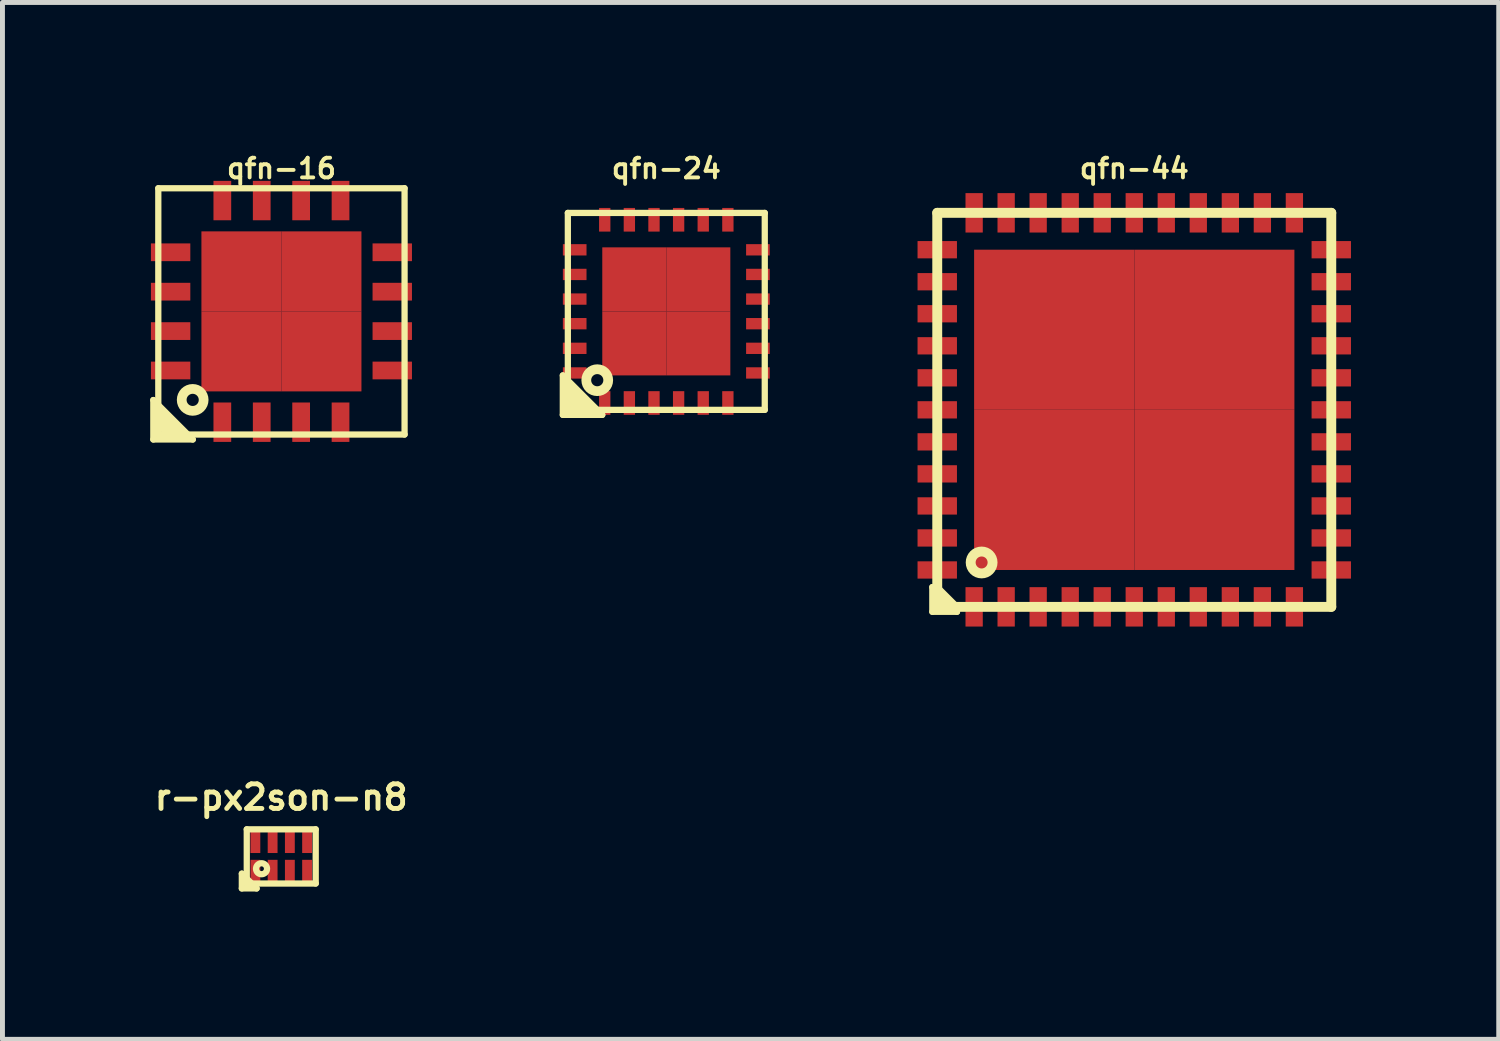
<source format=kicad_pcb>
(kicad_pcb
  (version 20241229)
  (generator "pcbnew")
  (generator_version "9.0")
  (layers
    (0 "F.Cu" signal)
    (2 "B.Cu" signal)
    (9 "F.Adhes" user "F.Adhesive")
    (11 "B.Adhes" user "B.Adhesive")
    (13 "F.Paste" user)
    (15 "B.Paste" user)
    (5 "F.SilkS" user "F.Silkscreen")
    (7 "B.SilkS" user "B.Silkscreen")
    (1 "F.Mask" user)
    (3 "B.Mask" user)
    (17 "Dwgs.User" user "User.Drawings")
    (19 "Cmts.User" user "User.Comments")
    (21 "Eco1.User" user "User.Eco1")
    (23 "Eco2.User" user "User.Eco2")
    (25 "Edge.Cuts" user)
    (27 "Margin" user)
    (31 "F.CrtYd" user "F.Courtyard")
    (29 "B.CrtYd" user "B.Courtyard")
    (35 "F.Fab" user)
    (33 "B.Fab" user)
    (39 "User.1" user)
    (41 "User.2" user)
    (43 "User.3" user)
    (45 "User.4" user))
  (footprint "qfn-44"
    (layer "F.Cu")
    (at 19.979 5.271)
    (property "Reference" "qfn-44" (at 0 -4.9 0) (layer "F.SilkS") (effects (font (size 0.399 0.399) (thickness 0.079))))
    (attr through_hole)
    (fp_line (start -4.1 3.599) (end -4.1 4.1) (stroke (width 0.127) (type solid)) (layer "F.SilkS"))
    (fp_line (start -4.1 4.1) (end -3.599 4.1) (stroke (width 0.127) (type solid)) (layer "F.SilkS"))
    (fp_line (start -4 -4) (end -4 4) (stroke (width 0.201) (type solid)) (layer "F.SilkS"))
    (fp_line (start -4 3.599) (end -4.1 3.599) (stroke (width 0.127) (type solid)) (layer "F.SilkS"))
    (fp_line (start -4 3.599) (end -3.599 4) (stroke (width 0.127) (type solid)) (layer "F.SilkS"))
    (fp_line (start -4 3.701) (end -4 3.8) (stroke (width 0.127) (type solid)) (layer "F.SilkS"))
    (fp_line (start -4 3.8) (end -3.8 4) (stroke (width 0.127) (type solid)) (layer "F.SilkS"))
    (fp_line (start -4 4) (end 4 4) (stroke (width 0.201) (type solid)) (layer "F.SilkS"))
    (fp_line (start -3.701 4) (end -4 3.701) (stroke (width 0.127) (type solid)) (layer "F.SilkS"))
    (fp_line (start -3.599 4) (end -3.701 4) (stroke (width 0.127) (type solid)) (layer "F.SilkS"))
    (fp_line (start -3.599 4.1) (end -3.599 4) (stroke (width 0.127) (type solid)) (layer "F.SilkS"))
    (fp_line (start 4 -4) (end -4 -4) (stroke (width 0.201) (type solid)) (layer "F.SilkS"))
    (fp_line (start 4 4) (end 4 -4) (stroke (width 0.201) (type solid)) (layer "F.SilkS"))
    (fp_circle (center -3.099 3.099) (end -2.901 3.2) (stroke (width 0.201) (type solid)) (fill no) (layer "F.SilkS"))
    (pad "1" smd rect (at -3.251 4) (size 0.351 0.8) (layers "F.Cu" "F.Mask" "F.Paste"))
    (pad "2" smd rect (at -2.601 4) (size 0.351 0.8) (layers "F.Cu" "F.Mask" "F.Paste"))
    (pad "3" smd rect (at -1.951 4) (size 0.351 0.8) (layers "F.Cu" "F.Mask" "F.Paste"))
    (pad "4" smd rect (at -1.3 4) (size 0.351 0.8) (layers "F.Cu" "F.Mask" "F.Paste"))
    (pad "5" smd rect (at -0.65 4) (size 0.351 0.8) (layers "F.Cu" "F.Mask" "F.Paste"))
    (pad "6" smd rect (at 0 4) (size 0.351 0.8) (layers "F.Cu" "F.Mask" "F.Paste"))
    (pad "7" smd rect (at 0.65 4) (size 0.351 0.8) (layers "F.Cu" "F.Mask" "F.Paste"))
    (pad "8" smd rect (at 1.3 4) (size 0.351 0.8) (layers "F.Cu" "F.Mask" "F.Paste"))
    (pad "9" smd rect (at 1.951 4) (size 0.351 0.8) (layers "F.Cu" "F.Mask" "F.Paste"))
    (pad "10" smd rect (at 2.601 4) (size 0.351 0.8) (layers "F.Cu" "F.Mask" "F.Paste"))
    (pad "11" smd rect (at 3.251 4) (size 0.351 0.8) (layers "F.Cu" "F.Mask" "F.Paste"))
    (pad "12" smd rect (at 4 3.251) (size 0.8 0.351) (layers "F.Cu" "F.Mask" "F.Paste"))
    (pad "13" smd rect (at 4 2.601) (size 0.8 0.351) (layers "F.Cu" "F.Mask" "F.Paste"))
    (pad "14" smd rect (at 4 1.951) (size 0.8 0.351) (layers "F.Cu" "F.Mask" "F.Paste"))
    (pad "15" smd rect (at 4 1.3) (size 0.8 0.351) (layers "F.Cu" "F.Mask" "F.Paste"))
    (pad "16" smd rect (at 4 0.65) (size 0.8 0.351) (layers "F.Cu" "F.Mask" "F.Paste"))
    (pad "17" smd rect (at 4 0) (size 0.8 0.351) (layers "F.Cu" "F.Mask" "F.Paste"))
    (pad "18" smd rect (at 4 -0.65) (size 0.8 0.351) (layers "F.Cu" "F.Mask" "F.Paste"))
    (pad "19" smd rect (at 4 -1.3) (size 0.8 0.351) (layers "F.Cu" "F.Mask" "F.Paste"))
    (pad "20" smd rect (at 4 -1.951) (size 0.8 0.351) (layers "F.Cu" "F.Mask" "F.Paste"))
    (pad "21" smd rect (at 4 -2.601) (size 0.8 0.351) (layers "F.Cu" "F.Mask" "F.Paste"))
    (pad "22" smd rect (at 4 -3.251) (size 0.8 0.351) (layers "F.Cu" "F.Mask" "F.Paste"))
    (pad "23" smd rect (at 3.251 -4) (size 0.351 0.8) (layers "F.Cu" "F.Mask" "F.Paste"))
    (pad "24" smd rect (at 2.601 -4) (size 0.351 0.8) (layers "F.Cu" "F.Mask" "F.Paste"))
    (pad "25" smd rect (at 1.951 -4) (size 0.351 0.8) (layers "F.Cu" "F.Mask" "F.Paste"))
    (pad "26" smd rect (at 1.3 -4) (size 0.351 0.8) (layers "F.Cu" "F.Mask" "F.Paste"))
    (pad "27" smd rect (at 0.65 -4) (size 0.351 0.8) (layers "F.Cu" "F.Mask" "F.Paste"))
    (pad "28" smd rect (at 0 -4) (size 0.351 0.8) (layers "F.Cu" "F.Mask" "F.Paste"))
    (pad "29" smd rect (at -0.65 -4) (size 0.351 0.8) (layers "F.Cu" "F.Mask" "F.Paste"))
    (pad "30" smd rect (at -1.3 -4) (size 0.351 0.8) (layers "F.Cu" "F.Mask" "F.Paste"))
    (pad "31" smd rect (at -1.951 -4) (size 0.351 0.8) (layers "F.Cu" "F.Mask" "F.Paste"))
    (pad "32" smd rect (at -2.601 -4) (size 0.351 0.8) (layers "F.Cu" "F.Mask" "F.Paste"))
    (pad "33" smd rect (at -3.251 -4) (size 0.351 0.8) (layers "F.Cu" "F.Mask" "F.Paste"))
    (pad "34" smd rect (at -4 -3.251) (size 0.8 0.351) (layers "F.Cu" "F.Mask" "F.Paste"))
    (pad "35" smd rect (at -4 -2.601) (size 0.8 0.351) (layers "F.Cu" "F.Mask" "F.Paste"))
    (pad "36" smd rect (at -4 -1.951) (size 0.8 0.351) (layers "F.Cu" "F.Mask" "F.Paste"))
    (pad "37" smd rect (at -4 -1.3) (size 0.8 0.351) (layers "F.Cu" "F.Mask" "F.Paste"))
    (pad "38" smd rect (at -4 -0.65) (size 0.8 0.351) (layers "F.Cu" "F.Mask" "F.Paste"))
    (pad "39" smd rect (at -4 0) (size 0.8 0.351) (layers "F.Cu" "F.Mask" "F.Paste"))
    (pad "40" smd rect (at -4 0.65) (size 0.8 0.351) (layers "F.Cu" "F.Mask" "F.Paste"))
    (pad "41" smd rect (at -4 1.3) (size 0.8 0.351) (layers "F.Cu" "F.Mask" "F.Paste"))
    (pad "42" smd rect (at -4 1.951) (size 0.8 0.351) (layers "F.Cu" "F.Mask" "F.Paste"))
    (pad "43" smd rect (at -4 2.601) (size 0.8 0.351) (layers "F.Cu" "F.Mask" "F.Paste"))
    (pad "44" smd rect (at -4 3.251) (size 0.8 0.351) (layers "F.Cu" "F.Mask" "F.Paste"))
    (pad "45" smd rect (at -1.626 -1.626) (size 3.251 3.251) (layers "F.Cu" "F.Mask" "F.Paste"))
    (pad "45" smd rect (at -1.626 1.626) (size 3.251 3.251) (layers "F.Cu" "F.Mask" "F.Paste"))
    (pad "45" smd rect (at 1.626 -1.626) (size 3.251 3.251) (layers "F.Cu" "F.Mask" "F.Paste"))
    (pad "45" smd rect (at 1.626 1.626) (size 3.251 3.251) (layers "F.Cu" "F.Mask" "F.Paste")))
  (footprint "r-px2son-n8"
    (layer "F.Cu")
    (at 2.66 14.338)
    (property "Reference" "r-px2son-n8" (at 0 -1.2 0) (layer "F.SilkS") (effects (font (size 0.5 0.5) (thickness 0.099))))
    (attr through_hole)
    (fp_line (start -0.8 0.35) (end -0.8 0.65) (stroke (width 0.127) (type solid)) (layer "F.SilkS"))
    (fp_line (start -0.8 0.65) (end -0.5 0.65) (stroke (width 0.127) (type solid)) (layer "F.SilkS"))
    (fp_line (start -0.7 -0.55) (end 0.7 -0.55) (stroke (width 0.127) (type solid)) (layer "F.SilkS"))
    (fp_line (start -0.7 0.55) (end -0.7 -0.55) (stroke (width 0.127) (type solid)) (layer "F.SilkS"))
    (fp_line (start -0.5 0.65) (end -0.8 0.35) (stroke (width 0.127) (type solid)) (layer "F.SilkS"))
    (fp_line (start 0.7 -0.55) (end 0.7 0.55) (stroke (width 0.127) (type solid)) (layer "F.SilkS"))
    (fp_line (start 0.7 0.55) (end -0.7 0.55) (stroke (width 0.127) (type solid)) (layer "F.SilkS"))
    (fp_circle (center -0.4 0.25) (end -0.5 0.3) (stroke (width 0.127) (type solid)) (fill no) (layer "F.SilkS"))
    (pad "1" smd rect (at -0.525 0.334) (size 0.2 0.53) (layers "F.Cu" "F.Mask" "F.Paste"))
    (pad "2" smd rect (at -0.175 0.334) (size 0.2 0.53) (layers "F.Cu" "F.Mask" "F.Paste"))
    (pad "3" smd rect (at 0.175 0.334) (size 0.2 0.53) (layers "F.Cu" "F.Mask" "F.Paste"))
    (pad "4" smd rect (at 0.525 0.334) (size 0.2 0.53) (layers "F.Cu" "F.Mask" "F.Paste"))
    (pad "5" smd rect (at 0.525 -0.334) (size 0.2 0.53) (layers "F.Cu" "F.Mask" "F.Paste"))
    (pad "6" smd rect (at 0.175 -0.334) (size 0.2 0.53) (layers "F.Cu" "F.Mask" "F.Paste"))
    (pad "7" smd rect (at -0.175 -0.334) (size 0.2 0.53) (layers "F.Cu" "F.Mask" "F.Paste"))
    (pad "8" smd rect (at -0.525 -0.334) (size 0.2 0.53) (layers "F.Cu" "F.Mask" "F.Paste")))
  (footprint "qfn-24"
    (layer "F.Cu")
    (at 10.478 3.272)
    (property "Reference" "qfn-24" (at 0 -2.901 0) (layer "F.SilkS") (effects (font (size 0.399 0.399) (thickness 0.079))))
    (attr through_hole)
    (fp_line (start -2.101 1.3) (end -2.101 2.101) (stroke (width 0.127) (type solid)) (layer "F.SilkS"))
    (fp_line (start -2.101 2.101) (end -1.3 2.101) (stroke (width 0.127) (type solid)) (layer "F.SilkS"))
    (fp_line (start -1.999 -1.999) (end 1.999 -1.999) (stroke (width 0.127) (type solid)) (layer "F.SilkS"))
    (fp_line (start -1.999 1.4) (end -1.999 1.6) (stroke (width 0.127) (type solid)) (layer "F.SilkS"))
    (fp_line (start -1.999 1.501) (end -1.999 1.699) (stroke (width 0.127) (type solid)) (layer "F.SilkS"))
    (fp_line (start -1.999 1.501) (end -1.501 1.999) (stroke (width 0.127) (type solid)) (layer "F.SilkS"))
    (fp_line (start -1.999 1.6) (end -1.6 1.999) (stroke (width 0.127) (type solid)) (layer "F.SilkS"))
    (fp_line (start -1.999 1.699) (end -1.999 1.801) (stroke (width 0.127) (type solid)) (layer "F.SilkS"))
    (fp_line (start -1.999 1.801) (end -1.801 1.999) (stroke (width 0.127) (type solid)) (layer "F.SilkS"))
    (fp_line (start -1.999 1.999) (end -1.999 -1.999) (stroke (width 0.127) (type solid)) (layer "F.SilkS"))
    (fp_line (start -1.699 1.999) (end -1.999 1.699) (stroke (width 0.127) (type solid)) (layer "F.SilkS"))
    (fp_line (start -1.6 1.999) (end -1.699 1.999) (stroke (width 0.127) (type solid)) (layer "F.SilkS"))
    (fp_line (start -1.3 2.101) (end -2.101 1.3) (stroke (width 0.127) (type solid)) (layer "F.SilkS"))
    (fp_line (start 1.999 -1.999) (end 1.999 1.999) (stroke (width 0.127) (type solid)) (layer "F.SilkS"))
    (fp_line (start 1.999 1.999) (end -1.999 1.999) (stroke (width 0.127) (type solid)) (layer "F.SilkS"))
    (fp_circle (center -1.402 1.397) (end -1.204 1.499) (stroke (width 0.198) (type solid)) (fill no) (layer "F.SilkS"))
    (pad "1" smd rect (at -1.25 1.86) (size 0.23 0.48) (layers "F.Cu" "F.Mask" "F.Paste"))
    (pad "2" smd rect (at -0.75 1.86) (size 0.23 0.48) (layers "F.Cu" "F.Mask" "F.Paste"))
    (pad "3" smd rect (at -0.25 1.86) (size 0.23 0.48) (layers "F.Cu" "F.Mask" "F.Paste"))
    (pad "4" smd rect (at 0.25 1.86) (size 0.23 0.48) (layers "F.Cu" "F.Mask" "F.Paste"))
    (pad "5" smd rect (at 0.75 1.86) (size 0.23 0.48) (layers "F.Cu" "F.Mask" "F.Paste"))
    (pad "6" smd rect (at 1.25 1.86) (size 0.23 0.48) (layers "F.Cu" "F.Mask" "F.Paste"))
    (pad "7" smd rect (at 1.86 1.25) (size 0.48 0.23) (layers "F.Cu" "F.Mask" "F.Paste"))
    (pad "8" smd rect (at 1.86 0.75) (size 0.48 0.23) (layers "F.Cu" "F.Mask" "F.Paste"))
    (pad "9" smd rect (at 1.86 0.25) (size 0.48 0.23) (layers "F.Cu" "F.Mask" "F.Paste"))
    (pad "10" smd rect (at 1.86 -0.25) (size 0.48 0.23) (layers "F.Cu" "F.Mask" "F.Paste"))
    (pad "11" smd rect (at 1.86 -0.75) (size 0.48 0.23) (layers "F.Cu" "F.Mask" "F.Paste"))
    (pad "12" smd rect (at 1.86 -1.25) (size 0.48 0.23) (layers "F.Cu" "F.Mask" "F.Paste"))
    (pad "13" smd rect (at 1.25 -1.86) (size 0.23 0.48) (layers "F.Cu" "F.Mask" "F.Paste"))
    (pad "14" smd rect (at 0.75 -1.86) (size 0.23 0.48) (layers "F.Cu" "F.Mask" "F.Paste"))
    (pad "15" smd rect (at 0.25 -1.86) (size 0.23 0.48) (layers "F.Cu" "F.Mask" "F.Paste"))
    (pad "16" smd rect (at -0.25 -1.86) (size 0.23 0.48) (layers "F.Cu" "F.Mask" "F.Paste"))
    (pad "17" smd rect (at -0.75 -1.86) (size 0.23 0.48) (layers "F.Cu" "F.Mask" "F.Paste"))
    (pad "18" smd rect (at -1.25 -1.86) (size 0.23 0.48) (layers "F.Cu" "F.Mask" "F.Paste"))
    (pad "19" smd rect (at -1.86 -1.25) (size 0.48 0.23) (layers "F.Cu" "F.Mask" "F.Paste"))
    (pad "20" smd rect (at -1.86 -0.75) (size 0.48 0.23) (layers "F.Cu" "F.Mask" "F.Paste"))
    (pad "21" smd rect (at -1.86 -0.25) (size 0.48 0.23) (layers "F.Cu" "F.Mask" "F.Paste"))
    (pad "22" smd rect (at -1.86 0.25) (size 0.48 0.23) (layers "F.Cu" "F.Mask" "F.Paste"))
    (pad "23" smd rect (at -1.86 0.75) (size 0.48 0.23) (layers "F.Cu" "F.Mask" "F.Paste"))
    (pad "24" smd rect (at -1.86 1.25) (size 0.48 0.23) (layers "F.Cu" "F.Mask" "F.Paste"))
    (pad "25" smd rect (at -0.65 -0.65) (size 1.3 1.3) (layers "F.Cu" "F.Mask" "F.Paste"))
    (pad "25" smd rect (at -0.65 0.65) (size 1.3 1.3) (layers "F.Cu" "F.Mask" "F.Paste"))
    (pad "25" smd rect (at 0.65 -0.65) (size 1.3 1.3) (layers "F.Cu" "F.Mask" "F.Paste"))
    (pad "25" smd rect (at 0.65 0.65) (size 1.3 1.3) (layers "F.Cu" "F.Mask" "F.Paste")))
  (footprint "qfn-16"
    (layer "F.Cu")
    (at 2.664 3.272)
    (property "Reference" "qfn-16" (at 0 -2.901 0) (layer "F.SilkS") (effects (font (size 0.399 0.399) (thickness 0.079))))
    (attr through_hole)
    (fp_line (start -2.601 1.8) (end -2.601 2.601) (stroke (width 0.127) (type solid)) (layer "F.SilkS"))
    (fp_line (start -2.601 2.601) (end -1.8 2.601) (stroke (width 0.127) (type solid)) (layer "F.SilkS"))
    (fp_line (start -2.5 -2.5) (end 2.5 -2.5) (stroke (width 0.127) (type solid)) (layer "F.SilkS"))
    (fp_line (start -2.5 2.5) (end -2.5 -2.5) (stroke (width 0.127) (type solid)) (layer "F.SilkS"))
    (fp_line (start -2.499 2.001) (end -2.001 2.499) (stroke (width 0.127) (type solid)) (layer "F.SilkS"))
    (fp_line (start -2.499 2.1) (end -2.1 2.499) (stroke (width 0.127) (type solid)) (layer "F.SilkS"))
    (fp_line (start -2.499 2.199) (end -2.499 2.301) (stroke (width 0.127) (type solid)) (layer "F.SilkS"))
    (fp_line (start -2.499 2.301) (end -2.301 2.499) (stroke (width 0.127) (type solid)) (layer "F.SilkS"))
    (fp_line (start -2.199 2.499) (end -2.499 2.199) (stroke (width 0.127) (type solid)) (layer "F.SilkS"))
    (fp_line (start -2.1 2.499) (end -2.199 2.499) (stroke (width 0.127) (type solid)) (layer "F.SilkS"))
    (fp_line (start -1.8 2.601) (end -2.601 1.8) (stroke (width 0.127) (type solid)) (layer "F.SilkS"))
    (fp_line (start 2.5 -2.5) (end 2.5 2.5) (stroke (width 0.127) (type solid)) (layer "F.SilkS"))
    (fp_line (start 2.5 2.5) (end -2.5 2.5) (stroke (width 0.127) (type solid)) (layer "F.SilkS"))
    (fp_circle (center -1.802 1.797) (end -1.604 1.899) (stroke (width 0.198) (type solid)) (fill no) (layer "F.SilkS"))
    (pad "1" smd rect (at -1.2 2.25) (size 0.36 0.8) (layers "F.Cu" "F.Mask" "F.Paste"))
    (pad "2" smd rect (at -0.4 2.25) (size 0.36 0.8) (layers "F.Cu" "F.Mask" "F.Paste"))
    (pad "3" smd rect (at 0.4 2.25) (size 0.36 0.8) (layers "F.Cu" "F.Mask" "F.Paste"))
    (pad "4" smd rect (at 1.2 2.25) (size 0.36 0.8) (layers "F.Cu" "F.Mask" "F.Paste"))
    (pad "5" smd rect (at 2.25 1.2) (size 0.8 0.36) (layers "F.Cu" "F.Mask" "F.Paste"))
    (pad "6" smd rect (at 2.25 0.4) (size 0.8 0.36) (layers "F.Cu" "F.Mask" "F.Paste"))
    (pad "7" smd rect (at 2.25 -0.4) (size 0.8 0.36) (layers "F.Cu" "F.Mask" "F.Paste"))
    (pad "8" smd rect (at 2.25 -1.2) (size 0.8 0.36) (layers "F.Cu" "F.Mask" "F.Paste"))
    (pad "9" smd rect (at 1.2 -2.25) (size 0.36 0.8) (layers "F.Cu" "F.Mask" "F.Paste"))
    (pad "10" smd rect (at 0.4 -2.25) (size 0.36 0.8) (layers "F.Cu" "F.Mask" "F.Paste"))
    (pad "11" smd rect (at -0.4 -2.25) (size 0.36 0.8) (layers "F.Cu" "F.Mask" "F.Paste"))
    (pad "12" smd rect (at -1.2 -2.25) (size 0.36 0.8) (layers "F.Cu" "F.Mask" "F.Paste"))
    (pad "13" smd rect (at -2.25 -1.2) (size 0.8 0.36) (layers "F.Cu" "F.Mask" "F.Paste"))
    (pad "14" smd rect (at -2.25 -0.4) (size 0.8 0.36) (layers "F.Cu" "F.Mask" "F.Paste"))
    (pad "15" smd rect (at -2.25 0.4) (size 0.8 0.36) (layers "F.Cu" "F.Mask" "F.Paste"))
    (pad "16" smd rect (at -2.25 1.2) (size 0.8 0.36) (layers "F.Cu" "F.Mask" "F.Paste"))
    (pad "21" smd rect (at -0.812 -0.812) (size 1.625 1.625) (layers "F.Cu" "F.Mask" "F.Paste"))
    (pad "21" smd rect (at -0.812 0.812) (size 1.625 1.625) (layers "F.Cu" "F.Mask" "F.Paste"))
    (pad "21" smd rect (at 0.812 -0.812) (size 1.625 1.625) (layers "F.Cu" "F.Mask" "F.Paste"))
    (pad "21" smd rect (at 0.812 0.812) (size 1.625 1.625) (layers "F.Cu" "F.Mask" "F.Paste")))
  (gr_rect
    (start -3 -3)
    (end 27.379 18.052)
    (stroke (width 0.1) (type default))
    (fill no)
    (layer "Edge.Cuts")))
</source>
